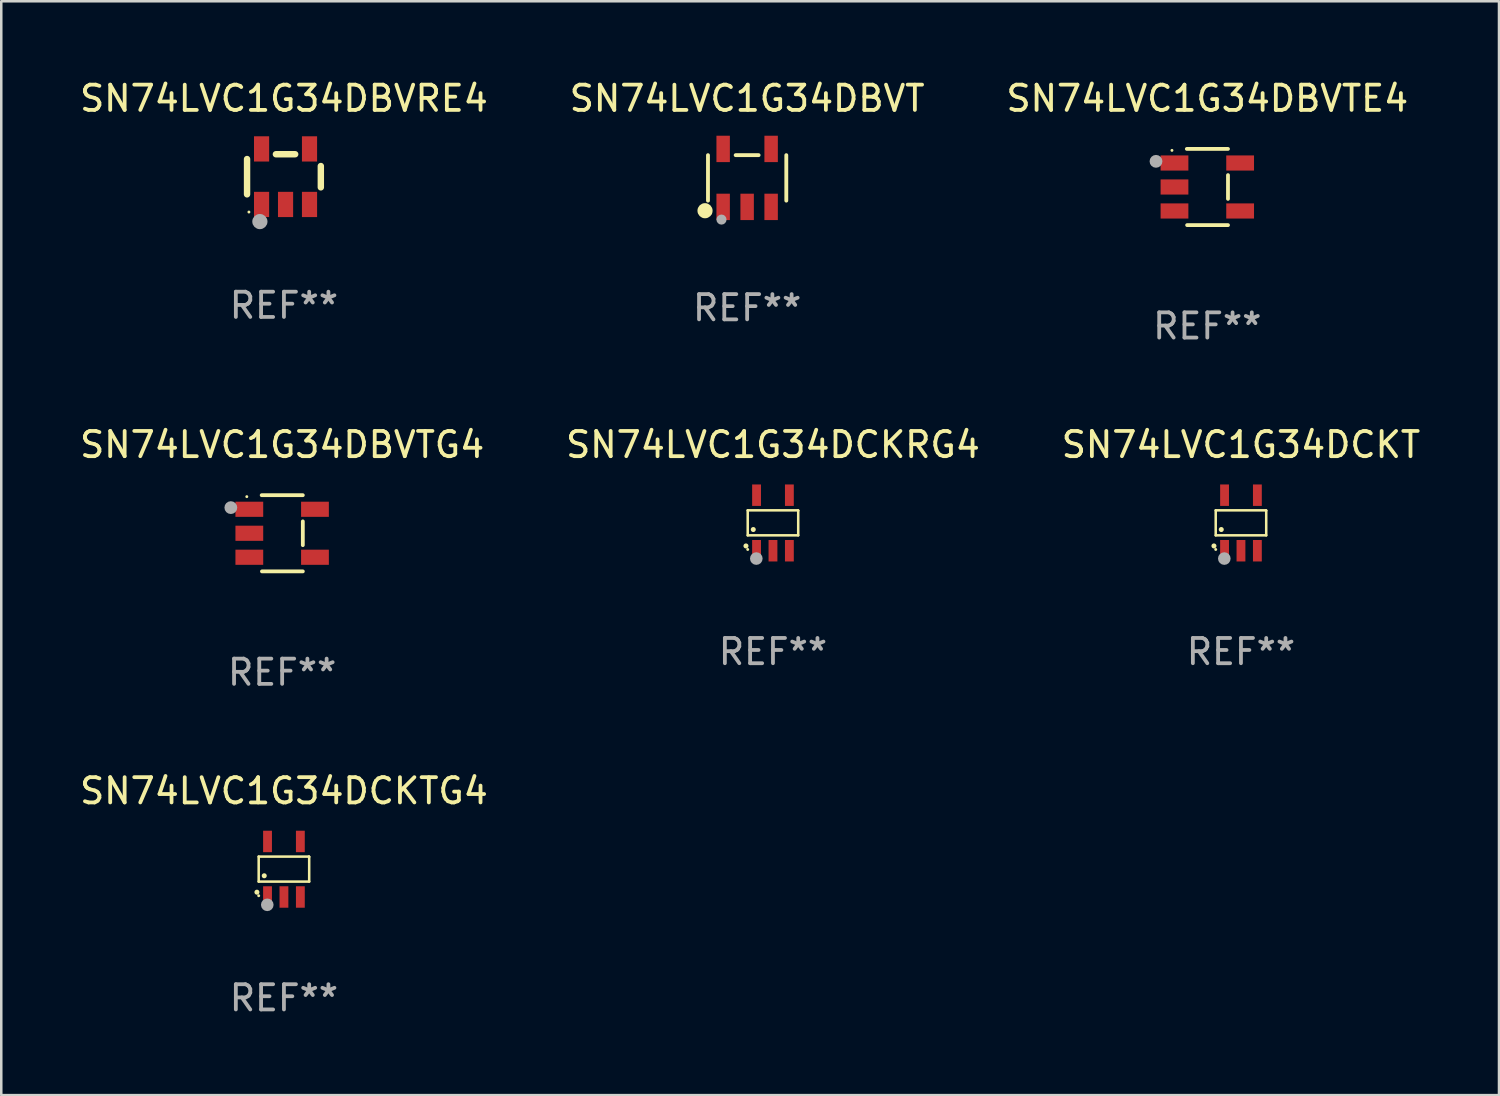
<source format=kicad_pcb>
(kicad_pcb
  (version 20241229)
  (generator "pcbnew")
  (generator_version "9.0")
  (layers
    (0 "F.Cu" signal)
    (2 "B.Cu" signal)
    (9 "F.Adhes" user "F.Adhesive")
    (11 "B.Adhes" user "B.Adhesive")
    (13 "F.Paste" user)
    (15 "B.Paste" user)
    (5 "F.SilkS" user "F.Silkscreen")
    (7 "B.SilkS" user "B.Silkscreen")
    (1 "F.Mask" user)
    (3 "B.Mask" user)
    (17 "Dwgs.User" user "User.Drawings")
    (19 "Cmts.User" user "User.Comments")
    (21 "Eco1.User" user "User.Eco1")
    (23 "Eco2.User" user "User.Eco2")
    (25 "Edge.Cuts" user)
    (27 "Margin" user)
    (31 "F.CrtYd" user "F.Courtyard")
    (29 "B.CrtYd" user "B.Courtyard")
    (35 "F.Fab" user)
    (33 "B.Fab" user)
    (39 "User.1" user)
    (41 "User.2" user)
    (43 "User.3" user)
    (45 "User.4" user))
  (footprint "SN74LVC1G34DCKTG4"
    (layer "F.Cu")
    (at 8.196 31.377)
    (property "Reference" "SN74LVC1G34DCKTG4" (at 0 -3.1 0) (layer "F.SilkS") (effects (font (size 1 1) (thickness 0.15))))
    (attr through_hole)
    (fp_line (start -1 -0.5) (end -1 0.49) (stroke (width 0.1) (type solid)) (layer "F.SilkS"))
    (fp_line (start -1 0.49) (end 1 0.49) (stroke (width 0.1) (type solid)) (layer "F.SilkS"))
    (fp_line (start 0.99 -0.5) (end -1 -0.5) (stroke (width 0.1) (type solid)) (layer "F.SilkS"))
    (fp_line (start 1 -0.49) (end 0.99 -0.5) (stroke (width 0.1) (type solid)) (layer "F.SilkS"))
    (fp_line (start 1 0.49) (end 1 -0.49) (stroke (width 0.1) (type solid)) (layer "F.SilkS"))
    (fp_circle (center -1.07 0.91) (end -1.02 0.91) (stroke (width 0.1) (type solid)) (fill no) (layer "F.SilkS"))
    (fp_circle (center -1 1.05) (end -0.97 1.05) (stroke (width 0.06) (type solid)) (fill no) (layer "F.SilkS"))
    (fp_circle (center -0.78 0.26) (end -0.73 0.26) (stroke (width 0.1) (type solid)) (fill no) (layer "F.SilkS"))
    (fp_circle (center -0.66 1.41) (end -0.535 1.41) (stroke (width 0.25) (type solid)) (fill no) (layer "F.Fab"))
    (fp_text user "REF**" (at 0 5.1 0) (layer "F.Fab") (effects (font (size 1 1) (thickness 0.15))))
    (pad "1" smd rect (at -0.65 1.1) (size 0.35 0.85) (layers "F.Cu" "F.Mask" "F.Paste"))
    (pad "2" smd rect (at 0.000051 1.1) (size 0.35 0.85) (layers "F.Cu" "F.Mask" "F.Paste"))
    (pad "3" smd rect (at 0.65 1.1) (size 0.35 0.85) (layers "F.Cu" "F.Mask" "F.Paste"))
    (pad "4" smd rect (at 0.65 -1.1) (size 0.35 0.85) (layers "F.Cu" "F.Mask" "F.Paste"))
    (pad "5" smd rect (at -0.65 -1.1) (size 0.35 0.85) (layers "F.Cu" "F.Mask" "F.Paste")))
  (footprint "SN74LVC1G34DCKT"
    (layer "F.Cu")
    (at 46.101 17.663)
    (property "Reference" "SN74LVC1G34DCKT" (at 0 -3.1 0) (layer "F.SilkS") (effects (font (size 1 1) (thickness 0.15))))
    (attr through_hole)
    (fp_line (start -1 -0.5) (end -1 0.49) (stroke (width 0.1) (type solid)) (layer "F.SilkS"))
    (fp_line (start -1 0.49) (end 1 0.49) (stroke (width 0.1) (type solid)) (layer "F.SilkS"))
    (fp_line (start 0.99 -0.5) (end -1 -0.5) (stroke (width 0.1) (type solid)) (layer "F.SilkS"))
    (fp_line (start 1 -0.49) (end 0.99 -0.5) (stroke (width 0.1) (type solid)) (layer "F.SilkS"))
    (fp_line (start 1 0.49) (end 1 -0.49) (stroke (width 0.1) (type solid)) (layer "F.SilkS"))
    (fp_circle (center -1.07 0.91) (end -1.02 0.91) (stroke (width 0.1) (type solid)) (fill no) (layer "F.SilkS"))
    (fp_circle (center -1 1.05) (end -0.97 1.05) (stroke (width 0.06) (type solid)) (fill no) (layer "F.SilkS"))
    (fp_circle (center -0.78 0.26) (end -0.73 0.26) (stroke (width 0.1) (type solid)) (fill no) (layer "F.SilkS"))
    (fp_circle (center -0.66 1.41) (end -0.535 1.41) (stroke (width 0.25) (type solid)) (fill no) (layer "F.Fab"))
    (fp_text user "REF**" (at 0 5.1 0) (layer "F.Fab") (effects (font (size 1 1) (thickness 0.15))))
    (pad "1" smd rect (at -0.65 1.1) (size 0.35 0.85) (layers "F.Cu" "F.Mask" "F.Paste"))
    (pad "2" smd rect (at 0.000051 1.1) (size 0.35 0.85) (layers "F.Cu" "F.Mask" "F.Paste"))
    (pad "3" smd rect (at 0.65 1.1) (size 0.35 0.85) (layers "F.Cu" "F.Mask" "F.Paste"))
    (pad "4" smd rect (at 0.65 -1.1) (size 0.35 0.85) (layers "F.Cu" "F.Mask" "F.Paste"))
    (pad "5" smd rect (at -0.65 -1.1) (size 0.35 0.85) (layers "F.Cu" "F.Mask" "F.Paste")))
  (footprint "SN74LVC1G34DBVRE4"
    (layer "F.Cu")
    (at 8.196 3.948)
    (property "Reference" "SN74LVC1G34DBVRE4" (at 0 -3.1 0) (layer "F.SilkS") (effects (font (size 1 1) (thickness 0.15))))
    (attr through_hole)
    (fp_line (start -1.461 -0.699) (end -1.461 0.699) (stroke (width 0.254) (type solid)) (layer "F.SilkS"))
    (fp_line (start -0.318 -0.889) (end 0.445 -0.889) (stroke (width 0.254) (type solid)) (layer "F.SilkS"))
    (fp_line (start 1.461 -0.422) (end 1.461 0.422) (stroke (width 0.254) (type solid)) (layer "F.SilkS"))
    (fp_circle (center -1.387 1.4) (end -1.357 1.4) (stroke (width 0.06) (type solid)) (fill no) (layer "F.SilkS"))
    (fp_circle (center -0.953 1.778) (end -0.802 1.778) (stroke (width 0.3) (type solid)) (fill no) (layer "F.Fab"))
    (fp_text user "REF**" (at 0 5.1 0) (layer "F.Fab") (effects (font (size 1 1) (thickness 0.15))))
    (pad "1" smd rect (at -0.886 1.1) (size 0.6 1) (layers "F.Cu" "F.Mask" "F.Paste"))
    (pad "2" smd rect (at 0.064 1.1) (size 0.6 1) (layers "F.Cu" "F.Mask" "F.Paste"))
    (pad "3" smd rect (at 1.013 1.1) (size 0.6 1) (layers "F.Cu" "F.Mask" "F.Paste"))
    (pad "4" smd rect (at 1.013 -1.1) (size 0.6 1) (layers "F.Cu" "F.Mask" "F.Paste"))
    (pad "5" smd rect (at -0.886 -1.1) (size 0.6 1) (layers "F.Cu" "F.Mask" "F.Paste")))
  (footprint "SN74LVC1G34DCKRG4"
    (layer "F.Cu")
    (at 27.565 17.663)
    (property "Reference" "SN74LVC1G34DCKRG4" (at 0 -3.1 0) (layer "F.SilkS") (effects (font (size 1 1) (thickness 0.15))))
    (attr through_hole)
    (fp_line (start -1 -0.5) (end -1 0.49) (stroke (width 0.1) (type solid)) (layer "F.SilkS"))
    (fp_line (start -1 0.49) (end 1 0.49) (stroke (width 0.1) (type solid)) (layer "F.SilkS"))
    (fp_line (start 0.99 -0.5) (end -1 -0.5) (stroke (width 0.1) (type solid)) (layer "F.SilkS"))
    (fp_line (start 1 -0.49) (end 0.99 -0.5) (stroke (width 0.1) (type solid)) (layer "F.SilkS"))
    (fp_line (start 1 0.49) (end 1 -0.49) (stroke (width 0.1) (type solid)) (layer "F.SilkS"))
    (fp_circle (center -1.07 0.91) (end -1.02 0.91) (stroke (width 0.1) (type solid)) (fill no) (layer "F.SilkS"))
    (fp_circle (center -1 1.05) (end -0.97 1.05) (stroke (width 0.06) (type solid)) (fill no) (layer "F.SilkS"))
    (fp_circle (center -0.78 0.26) (end -0.73 0.26) (stroke (width 0.1) (type solid)) (fill no) (layer "F.SilkS"))
    (fp_circle (center -0.66 1.41) (end -0.535 1.41) (stroke (width 0.25) (type solid)) (fill no) (layer "F.Fab"))
    (fp_text user "REF**" (at 0 5.1 0) (layer "F.Fab") (effects (font (size 1 1) (thickness 0.15))))
    (pad "1" smd rect (at -0.65 1.1) (size 0.35 0.85) (layers "F.Cu" "F.Mask" "F.Paste"))
    (pad "2" smd rect (at 0.000051 1.1) (size 0.35 0.85) (layers "F.Cu" "F.Mask" "F.Paste"))
    (pad "3" smd rect (at 0.65 1.1) (size 0.35 0.85) (layers "F.Cu" "F.Mask" "F.Paste"))
    (pad "4" smd rect (at 0.65 -1.1) (size 0.35 0.85) (layers "F.Cu" "F.Mask" "F.Paste"))
    (pad "5" smd rect (at -0.65 -1.1) (size 0.35 0.85) (layers "F.Cu" "F.Mask" "F.Paste")))
  (footprint "SN74LVC1G34DBVTG4"
    (layer "F.Cu")
    (at 8.125 18.072)
    (property "Reference" "SN74LVC1G34DBVTG4" (at 0 -3.509 0) (layer "F.SilkS") (effects (font (size 1 1) (thickness 0.15))))
    (attr through_hole)
    (fp_line (start -0.811 -1.509) (end 0.819 -1.509) (stroke (width 0.15) (type solid)) (layer "F.SilkS"))
    (fp_line (start -0.8 1.509) (end 0.82 1.509) (stroke (width 0.15) (type solid)) (layer "F.SilkS"))
    (fp_line (start 0.819 -0.472) (end 0.819 0.47) (stroke (width 0.15) (type solid)) (layer "F.SilkS"))
    (fp_circle (center -1.4 -1.451) (end -1.37 -1.451) (stroke (width 0.06) (type solid)) (fill no) (layer "F.SilkS"))
    (fp_circle (center -2.032 -1.017) (end -1.905 -1.017) (stroke (width 0.254) (type solid)) (fill no) (layer "F.Fab"))
    (fp_text user "REF**" (at 0 5.509 0) (layer "F.Fab") (effects (font (size 1 1) (thickness 0.15))))
    (pad "1" smd rect (at -1.3 -0.951) (size 1.1 0.6) (layers "F.Cu" "F.Mask" "F.Paste"))
    (pad "2" smd rect (at -1.3 -0.001) (size 1.1 0.6) (layers "F.Cu" "F.Mask" "F.Paste"))
    (pad "3" smd rect (at -1.3 0.949) (size 1.1 0.6) (layers "F.Cu" "F.Mask" "F.Paste"))
    (pad "4" smd rect (at 1.3 0.949) (size 1.1 0.6) (layers "F.Cu" "F.Mask" "F.Paste"))
    (pad "5" smd rect (at 1.3 -0.951) (size 1.1 0.6) (layers "F.Cu" "F.Mask" "F.Paste")))
  (footprint "SN74LVC1G34DBVTE4"
    (layer "F.Cu")
    (at 44.768 4.357)
    (property "Reference" "SN74LVC1G34DBVTE4" (at 0 -3.509 0) (layer "F.SilkS") (effects (font (size 1 1) (thickness 0.15))))
    (attr through_hole)
    (fp_line (start -0.811 -1.509) (end 0.819 -1.509) (stroke (width 0.15) (type solid)) (layer "F.SilkS"))
    (fp_line (start -0.8 1.509) (end 0.82 1.509) (stroke (width 0.15) (type solid)) (layer "F.SilkS"))
    (fp_line (start 0.819 -0.472) (end 0.819 0.47) (stroke (width 0.15) (type solid)) (layer "F.SilkS"))
    (fp_circle (center -1.4 -1.451) (end -1.37 -1.451) (stroke (width 0.06) (type solid)) (fill no) (layer "F.SilkS"))
    (fp_circle (center -2.032 -1.017) (end -1.905 -1.017) (stroke (width 0.254) (type solid)) (fill no) (layer "F.Fab"))
    (fp_text user "REF**" (at 0 5.509 0) (layer "F.Fab") (effects (font (size 1 1) (thickness 0.15))))
    (pad "1" smd rect (at -1.3 -0.951) (size 1.1 0.6) (layers "F.Cu" "F.Mask" "F.Paste"))
    (pad "2" smd rect (at -1.3 -0.001) (size 1.1 0.6) (layers "F.Cu" "F.Mask" "F.Paste"))
    (pad "3" smd rect (at -1.3 0.949) (size 1.1 0.6) (layers "F.Cu" "F.Mask" "F.Paste"))
    (pad "4" smd rect (at 1.3 0.949) (size 1.1 0.6) (layers "F.Cu" "F.Mask" "F.Paste"))
    (pad "5" smd rect (at 1.3 -0.951) (size 1.1 0.6) (layers "F.Cu" "F.Mask" "F.Paste")))
  (footprint "SN74LVC1G34DBVT"
    (layer "F.Cu")
    (at 26.542 3.996)
    (property "Reference" "SN74LVC1G34DBVT" (at 0 -3.148 0) (layer "F.SilkS") (effects (font (size 1 1) (thickness 0.15))))
    (attr through_hole)
    (fp_line (start -1.551 0.901) (end -1.551 -0.901) (stroke (width 0.152) (type solid)) (layer "F.SilkS"))
    (fp_line (start 0.455 -0.901) (end -0.455 -0.901) (stroke (width 0.152) (type solid)) (layer "F.SilkS"))
    (fp_line (start 1.551 0.901) (end 1.551 -0.901) (stroke (width 0.152) (type solid)) (layer "F.SilkS"))
    (fp_circle (center -1.668 1.3) (end -1.518 1.3) (stroke (width 0.3) (type solid)) (fill no) (layer "F.SilkS"))
    (fp_circle (center -1.45 1.4) (end -1.42 1.4) (stroke (width 0.06) (type solid)) (fill no) (layer "F.SilkS"))
    (fp_circle (center -1.016 1.651) (end -0.916 1.651) (stroke (width 0.2) (type solid)) (fill no) (layer "F.Fab"))
    (fp_text user "REF**" (at 0 5.148 0) (layer "F.Fab") (effects (font (size 1 1) (thickness 0.15))))
    (pad "1" smd rect (at -0.95 1.148) (size 0.532 1.045) (layers "F.Cu" "F.Mask" "F.Paste"))
    (pad "2" smd rect (at 0 1.148) (size 0.532 1.045) (layers "F.Cu" "F.Mask" "F.Paste"))
    (pad "3" smd rect (at 0.95 1.148) (size 0.532 1.045) (layers "F.Cu" "F.Mask" "F.Paste"))
    (pad "4" smd rect (at 0.95 -1.148) (size 0.532 1.045) (layers "F.Cu" "F.Mask" "F.Paste"))
    (pad "5" smd rect (at -0.95 -1.148) (size 0.532 1.045) (layers "F.Cu" "F.Mask" "F.Paste")))
  (gr_rect
    (start -3 -3)
    (end 56.321 40.326)
    (stroke (width 0.1) (type default))
    (fill no)
    (layer "Edge.Cuts")))
</source>
